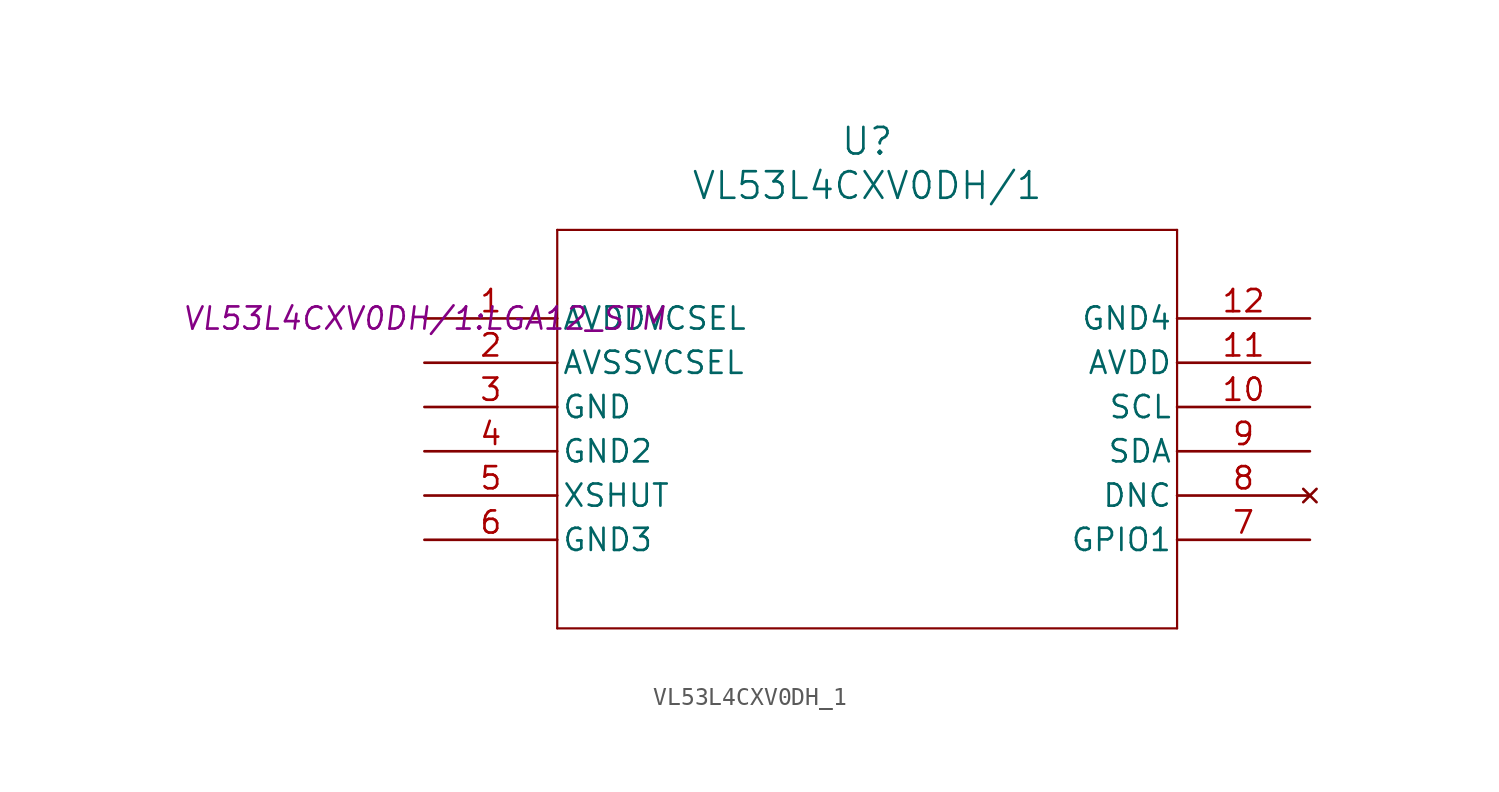
<source format=kicad_sym>
(kicad_symbol_lib
  (version 20231120)
  (generator "kicad_symbol_editor")
  (generator_version "8.0")
  (symbol "VL53L4CXV0DH_1"
    (pin_names
      (offset 0.254))
    (property "Reference" "U"
      (at 25.4 10.16 0)
      (effects (font (size 1.524 1.524))))
    (property "Value" "VL53L4CXV0DH/1"
      (at 25.4 7.62 0)
      (effects (font (size 1.524 1.524))))
    (property "Footprint" "VL53L4CXV0DH/1:LGA12_STM"
      (at 0 0 0)
      (effects (font (size 1.27 1.27) (italic yes))))
    (symbol "VL53L4CXV0DH_1_0_1"
      (polyline (pts (xy 7.62 -17.78) (xy 43.18 -17.78)) (stroke (width 0.127) (type default)) (fill (type none)))
      (polyline (pts (xy 7.62 5.08) (xy 7.62 -17.78)) (stroke (width 0.127) (type default)) (fill (type none)))
      (polyline (pts (xy 43.18 -17.78) (xy 43.18 5.08)) (stroke (width 0.127) (type default)) (fill (type none)))
      (polyline (pts (xy 43.18 5.08) (xy 7.62 5.08)) (stroke (width 0.127) (type default)) (fill (type none)))
      (pin power_in line (at 0 0 0) (length 7.62) (name "AVDDVCSEL" (effects (font (size 1.27 1.27)))) (number "1" (effects (font (size 1.27 1.27)))))
      (pin unspecified line (at 50.8 -5.08 180) (length 7.62) (name "SCL" (effects (font (size 1.27 1.27)))) (number "10" (effects (font (size 1.27 1.27)))))
      (pin power_in line (at 50.8 -2.54 180) (length 7.62) (name "AVDD" (effects (font (size 1.27 1.27)))) (number "11" (effects (font (size 1.27 1.27)))))
      (pin power_out line (at 50.8 0 180) (length 7.62) (name "GND4" (effects (font (size 1.27 1.27)))) (number "12" (effects (font (size 1.27 1.27)))))
      (pin power_out line (at 0 -2.54 0) (length 7.62) (name "AVSSVCSEL" (effects (font (size 1.27 1.27)))) (number "2" (effects (font (size 1.27 1.27)))))
      (pin power_out line (at 0 -5.08 0) (length 7.62) (name "GND" (effects (font (size 1.27 1.27)))) (number "3" (effects (font (size 1.27 1.27)))))
      (pin power_out line (at 0 -7.62 0) (length 7.62) (name "GND2" (effects (font (size 1.27 1.27)))) (number "4" (effects (font (size 1.27 1.27)))))
      (pin unspecified line (at 0 -10.16 0) (length 7.62) (name "XSHUT" (effects (font (size 1.27 1.27)))) (number "5" (effects (font (size 1.27 1.27)))))
      (pin power_out line (at 0 -12.7 0) (length 7.62) (name "GND3" (effects (font (size 1.27 1.27)))) (number "6" (effects (font (size 1.27 1.27)))))
      (pin unspecified line (at 50.8 -12.7 180) (length 7.62) (name "GPIO1" (effects (font (size 1.27 1.27)))) (number "7" (effects (font (size 1.27 1.27)))))
      (pin no_connect line (at 50.8 -10.16 180) (length 7.62) (name "DNC" (effects (font (size 1.27 1.27)))) (number "8" (effects (font (size 1.27 1.27)))))
      (pin unspecified line (at 50.8 -7.62 180) (length 7.62) (name "SDA" (effects (font (size 1.27 1.27)))) (number "9" (effects (font (size 1.27 1.27))))))))
</source>
